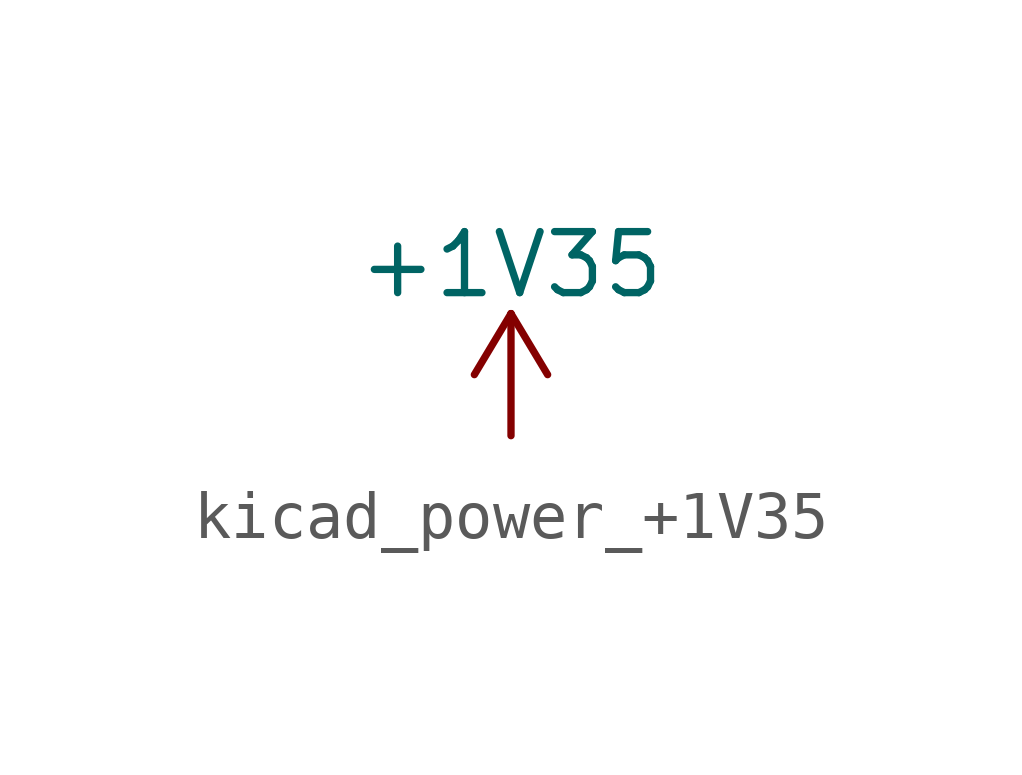
<source format=kicad_sym>
(kicad_symbol_lib
  (version 20220914)
  (generator kicad_symbol_editor)
  (symbol "kicad_power_+1V35"
    (power)
    (pin_names
      (offset 0))
    (property "Reference" "#PWR"
      (at 0 -3.81 0)
      (effects (font (size 1.27 1.27)) hide))
    (property "Value" "+1V35"
      (at 0 3.556 0)
      (effects (font (size 1.27 1.27))))
    (symbol "kicad_power_+1V35_0_1"
      (polyline (pts (xy -0.762 1.27) (xy 0 2.54)) (stroke (width 0) (type default)) (fill (type none)))
      (polyline (pts (xy 0 0) (xy 0 2.54)) (stroke (width 0) (type default)) (fill (type none)))
      (polyline (pts (xy 0 2.54) (xy 0.762 1.27)) (stroke (width 0) (type default)) (fill (type none))))
    (symbol "kicad_power_+1V35_1_1"
      (pin power_in line (at 0 0 90) (length 0) hide (name "+1V35" (effects (font (size 1.27 1.27)))) (number "1" (effects (font (size 1.27 1.27))))))))
</source>
